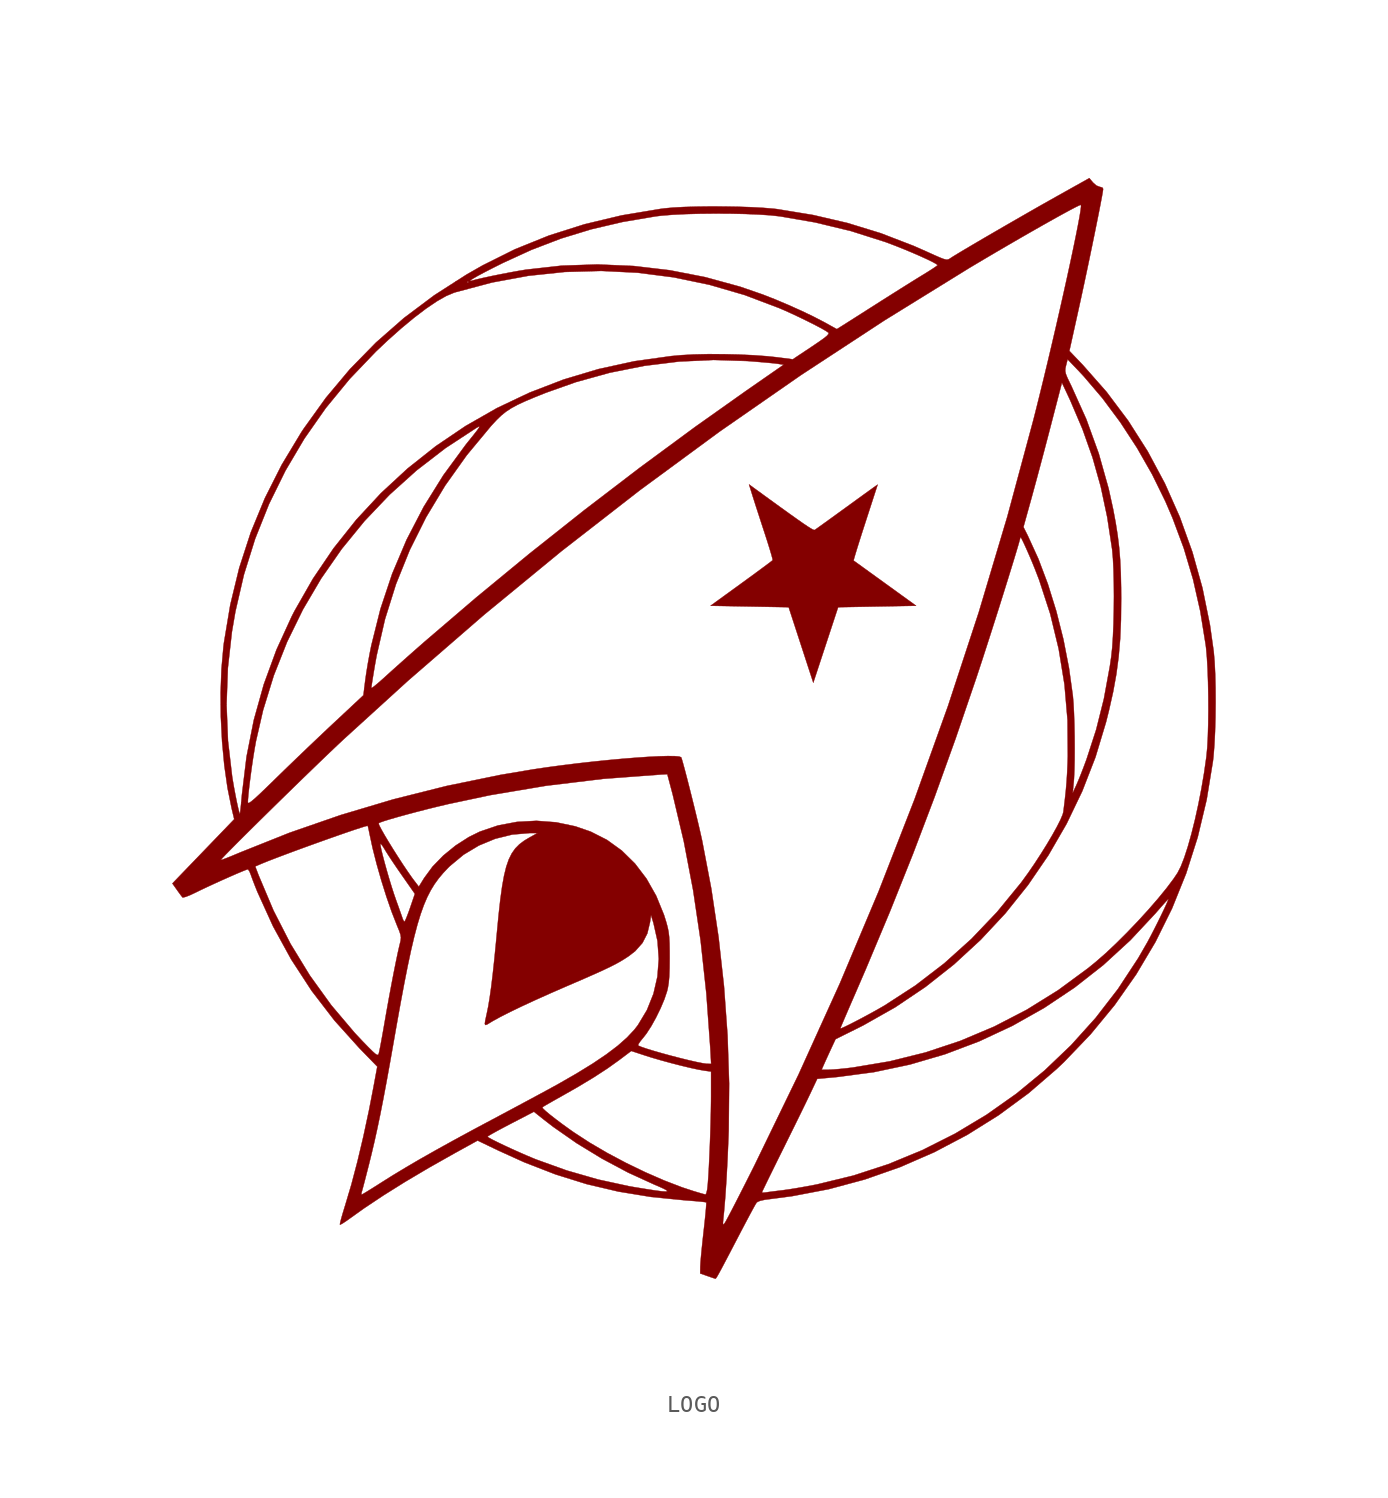
<source format=kicad_sym>
(kicad_symbol_lib
  (version 20220914)
  (generator "bitmap2component")
  (generator_version "9.0")
  (symbol "LOGO"
    (pin_names
      (offset 1.016))
    (property "Reference" "#G"
      (at 0 33.232 0)
      (effects (font (size 1.27 1.27)) hide))
    (symbol "LOGO_0_0"
      (polyline (pts (xy -0.145 -33.506) (xy -0.106 -33.453) (xy -0.043 -33.35) (xy 0.052 -33.181) (xy 0.186 -32.933) (xy 0.367 -32.591) (xy 0.604 -32.141) (xy 0.902 -31.569) (xy 1.272 -30.861) (xy 1.353 -30.704) (xy 1.603 -30.23) (xy 1.827 -29.808) (xy 2.013 -29.463) (xy 2.148 -29.22) (xy 2.219 -29.102) (xy 2.275 -29.049) (xy 2.438 -28.978) (xy 2.715 -28.918) (xy 3.133 -28.863) (xy 4.292 -28.711) (xy 6.437 -28.302) (xy 8.541 -27.736) (xy 10.596 -27.016) (xy 12.589 -26.148) (xy 14.51 -25.137) (xy 16.347 -23.988) (xy 18.09 -22.706) (xy 19.727 -21.296) (xy 20.164 -20.881) (xy 21.705 -19.272) (xy 23.108 -17.569) (xy 24.368 -15.774) (xy 25.485 -13.894) (xy 26.456 -11.932) (xy 27.279 -9.891) (xy 27.952 -7.777) (xy 28.473 -5.593) (xy 28.84 -3.344) (xy 28.872 -3.062) (xy 28.924 -2.398) (xy 28.962 -1.626) (xy 28.986 -0.787) (xy 28.995 0.081) (xy 28.99 0.938) (xy 28.97 1.744) (xy 28.935 2.461) (xy 28.884 3.048) (xy 28.666 4.598) (xy 28.228 6.75) (xy 27.641 8.848) (xy 26.91 10.882) (xy 26.04 12.842) (xy 25.035 14.72) (xy 23.899 16.504) (xy 22.637 18.185) (xy 21.253 19.755) (xy 20.469 20.574) (xy 21.026 23.093) (xy 21.157 23.691) (xy 21.313 24.414) (xy 21.473 25.167) (xy 21.633 25.928) (xy 21.789 26.679) (xy 21.937 27.4) (xy 22.073 28.073) (xy 22.194 28.676) (xy 22.294 29.192) (xy 22.371 29.6) (xy 22.419 29.882) (xy 22.437 30.017) (xy 22.399 30.094) (xy 22.246 30.141) (xy 22.228 30.142) (xy 22.038 30.22) (xy 21.844 30.394) (xy 21.632 30.648) (xy 19.727 29.582) (xy 19.279 29.33) (xy 18.684 28.994) (xy 18.048 28.63) (xy 17.388 28.251) (xy 16.723 27.868) (xy 16.073 27.491) (xy 15.456 27.132) (xy 14.892 26.801) (xy 14.399 26.51) (xy 13.997 26.269) (xy 13.703 26.09) (xy 13.538 25.984) (xy 13.471 25.939) (xy 13.387 25.902) (xy 13.284 25.899) (xy 13.135 25.936) (xy 12.912 26.022) (xy 12.59 26.163) (xy 12.141 26.366) (xy 11.384 26.7) (xy 9.472 27.437) (xy 7.53 28.033) (xy 5.527 28.499) (xy 3.429 28.843) (xy 3.209 28.868) (xy 2.627 28.916) (xy 1.933 28.954) (xy 1.16 28.98) (xy 0.346 28.994) (xy -0.476 28.997) (xy -1.27 28.987) (xy -2.001 28.966) (xy -2.634 28.932) (xy -3.133 28.886) (xy -3.373 28.855) (xy -5.634 28.478) (xy -7.802 27.96) (xy -9.876 27.302) (xy -11.857 26.502) (xy -13.744 25.561) (xy -14.688 25.022) (xy -15.274 24.645) (xy -14.486 24.645) (xy -14.463 24.686) (xy -14.307 24.789) (xy -14.03 24.948) (xy -13.642 25.156) (xy -13.152 25.408) (xy -12.573 25.698) (xy -10.893 26.468) (xy -9.168 27.128) (xy -7.409 27.666) (xy -5.579 28.094) (xy -3.641 28.422) (xy -3.294 28.463) (xy -2.646 28.515) (xy -1.888 28.552) (xy -1.053 28.575) (xy -0.177 28.584) (xy 0.705 28.579) (xy 1.558 28.56) (xy 2.348 28.527) (xy 3.04 28.481) (xy 3.598 28.42) (xy 5.641 28.067) (xy 7.735 27.562) (xy 9.732 26.927) (xy 9.869 26.877) (xy 10.348 26.695) (xy 10.844 26.496) (xy 11.333 26.292) (xy 11.789 26.093) (xy 12.187 25.911) (xy 12.502 25.756) (xy 12.71 25.641) (xy 12.784 25.575) (xy 12.784 25.572) (xy 12.702 25.505) (xy 12.505 25.371) (xy 12.22 25.189) (xy 11.876 24.977) (xy 11.602 24.809) (xy 11.181 24.547) (xy 10.674 24.23) (xy 10.113 23.876) (xy 9.526 23.505) (xy 8.945 23.135) (xy 8.846 23.072) (xy 8.332 22.745) (xy 7.871 22.451) (xy 7.48 22.203) (xy 7.178 22.012) (xy 6.982 21.889) (xy 6.911 21.846) (xy 6.89 21.856) (xy 6.754 21.93) (xy 6.52 22.059) (xy 6.223 22.224) (xy 6.138 22.27) (xy 5.539 22.58) (xy 4.836 22.916) (xy 4.076 23.257) (xy 3.309 23.581) (xy 2.582 23.866) (xy 1.269 24.319) (xy -0.763 24.876) (xy -2.837 25.279) (xy -4.936 25.526) (xy -7.042 25.616) (xy -9.137 25.545) (xy -11.205 25.314) (xy -11.64 25.242) (xy -12.154 25.149) (xy -12.698 25.044) (xy -13.232 24.936) (xy -13.717 24.831) (xy -14.113 24.739) (xy -14.382 24.667) (xy -14.486 24.645) (xy -15.274 24.645) (xy -15.352 24.596) (xy -14.647 24.596) (xy -14.605 24.638) (xy -14.563 24.596) (xy -14.605 24.553) (xy -14.647 24.596) (xy -15.352 24.596) (xy -16.573 23.812) (xy -18.33 22.494) (xy -19.963 21.062) (xy -21.479 19.513) (xy -22.88 17.843) (xy -24.172 16.046) (xy -24.314 15.832) (xy -25.455 13.94) (xy -26.437 11.995) (xy -27.263 9.99) (xy -27.936 7.919) (xy -28.456 5.776) (xy -28.827 3.556) (xy -28.856 3.321) (xy -28.97 2.029) (xy -29.02 0.65) (xy -29.014 -0.042) (xy -28.674 -0.042) (xy -28.597 2.082) (xy -28.361 4.191) (xy -28.157 5.38) (xy -27.659 7.532) (xy -27.005 9.622) (xy -26.198 11.642) (xy -25.241 13.589) (xy -24.137 15.457) (xy -22.889 17.24) (xy -21.499 18.933) (xy -19.97 20.532) (xy -19.281 21.183) (xy -18.488 21.889) (xy -17.738 22.511) (xy -17.043 23.04) (xy -16.416 23.465) (xy -15.869 23.777) (xy -15.415 23.967) (xy -15.284 24.008) (xy -13.187 24.564) (xy -11.073 24.954) (xy -8.949 25.178) (xy -6.824 25.238) (xy -4.705 25.133) (xy -2.6 24.863) (xy -0.518 24.43) (xy 1.534 23.833) (xy 3.547 23.072) (xy 3.789 22.968) (xy 4.254 22.759) (xy 4.738 22.532) (xy 5.21 22.302) (xy 5.643 22.084) (xy 6.007 21.892) (xy 6.274 21.739) (xy 6.415 21.641) (xy 6.427 21.627) (xy 6.422 21.561) (xy 6.336 21.459) (xy 6.152 21.309) (xy 5.856 21.098) (xy 5.432 20.811) (xy 4.34 20.084) (xy 3.419 20.204) (xy 2.844 20.265) (xy 2.052 20.323) (xy 1.179 20.363) (xy 0.275 20.384) (xy -0.615 20.386) (xy -1.442 20.367) (xy -2.159 20.327) (xy -2.749 20.273) (xy -4.895 19.973) (xy -6.991 19.515) (xy -9.03 18.904) (xy -11.006 18.144) (xy -12.91 17.241) (xy -14.735 16.198) (xy -16.475 15.021) (xy -18.122 13.715) (xy -19.669 12.284) (xy -21.109 10.733) (xy -22.434 9.067) (xy -23.638 7.291) (xy -24.713 5.409) (xy -24.869 5.106) (xy -25.764 3.15) (xy -26.502 1.134) (xy -27.084 -0.945) (xy -27.509 -3.087) (xy -27.777 -5.295) (xy -27.784 -5.372) (xy -27.818 -5.748) (xy -27.432 -5.748) (xy -27.426 -5.591) (xy -27.396 -5.241) (xy -27.346 -4.784) (xy -27.28 -4.258) (xy -27.204 -3.698) (xy -27.122 -3.142) (xy -27.038 -2.624) (xy -26.959 -2.183) (xy -26.543 -0.374) (xy -25.919 1.648) (xy -25.143 3.607) (xy -24.22 5.495) (xy -23.156 7.304) (xy -21.956 9.028) (xy -20.625 10.658) (xy -19.17 12.187) (xy -17.594 13.606) (xy -15.905 14.908) (xy -14.107 16.086) (xy -14.089 16.097) (xy -13.977 16.157) (xy -13.93 16.162) (xy -13.956 16.095) (xy -14.063 15.941) (xy -14.261 15.688) (xy -14.558 15.318) (xy -14.732 15.1) (xy -16.035 13.324) (xy -17.183 11.479) (xy -18.176 9.566) (xy -19.016 7.583) (xy -19.701 5.529) (xy -20.233 3.404) (xy -20.335 2.895) (xy -20.437 2.335) (xy -20.524 1.804) (xy -20.586 1.37) (xy -20.642 0.917) (xy -20.235 0.917) (xy -20.233 0.944) (xy -20.209 1.113) (xy -20.164 1.405) (xy -20.102 1.786) (xy -20.029 2.224) (xy -19.921 2.82) (xy -19.434 4.935) (xy -18.791 6.983) (xy -17.993 8.962) (xy -17.04 10.873) (xy -15.932 12.716) (xy -14.669 14.491) (xy -13.252 16.197) (xy -13.214 16.239) (xy -12.926 16.549) (xy -12.658 16.808) (xy -12.384 17.03) (xy -12.079 17.231) (xy -11.717 17.428) (xy -11.273 17.635) (xy -10.72 17.868) (xy -10.033 18.142) (xy -8.304 18.755) (xy -6.324 19.303) (xy -4.314 19.704) (xy -2.294 19.953) (xy -0.284 20.047) (xy 1.693 19.984) (xy 1.988 19.962) (xy 2.474 19.922) (xy 2.905 19.884) (xy 3.243 19.851) (xy 3.451 19.826) (xy 3.812 19.77) (xy 1.677 18.288) (xy -1.335 16.155) (xy -4.578 13.766) (xy -7.818 11.288) (xy -11.013 8.753) (xy -14.123 6.191) (xy -17.109 3.635) (xy -17.214 3.543) (xy -17.706 3.111) (xy -18.205 2.67) (xy -18.678 2.248) (xy -19.091 1.878) (xy -19.41 1.589) (xy -19.489 1.516) (xy -19.782 1.257) (xy -20.019 1.058) (xy -20.177 0.939) (xy -20.235 0.917) (xy -20.642 0.917) (xy -20.694 0.496) (xy -22.432 -1.128) (xy -22.687 -1.366) (xy -23.298 -1.944) (xy -23.959 -2.572) (xy -24.625 -3.211) (xy -25.254 -3.817) (xy -25.802 -4.351) (xy -25.914 -4.461) (xy -26.387 -4.921) (xy -26.755 -5.273) (xy -27.029 -5.525) (xy -27.223 -5.689) (xy -27.347 -5.774) (xy -27.413 -5.79) (xy -27.432 -5.748) (xy -27.818 -5.748) (xy -27.82 -5.773) (xy -27.853 -6.103) (xy -27.88 -6.329) (xy -27.896 -6.418) (xy -27.905 -6.412) (xy -27.944 -6.293) (xy -28.004 -6.05) (xy -28.078 -5.713) (xy -28.158 -5.312) (xy -28.239 -4.88) (xy -28.314 -4.445) (xy -28.347 -4.24) (xy -28.59 -2.157) (xy -28.674 -0.042) (xy -29.014 -0.042) (xy -29.007 -0.773) (xy -28.935 -2.201) (xy -28.805 -3.592) (xy -28.618 -4.904) (xy -28.378 -6.096) (xy -28.226 -6.731) (xy -30.029 -8.604) (xy -30.52 -9.114) (xy -29.014 -9.114) (xy -29.008 -9.101) (xy -28.912 -8.991) (xy -28.712 -8.781) (xy -28.419 -8.482) (xy -28.047 -8.107) (xy -27.607 -7.668) (xy -27.112 -7.177) (xy -26.574 -6.646) (xy -26.006 -6.087) (xy -25.42 -5.513) (xy -24.827 -4.934) (xy -24.242 -4.365) (xy -23.675 -3.816) (xy -23.14 -3.3) (xy -22.648 -2.828) (xy -22.212 -2.414) (xy -21.844 -2.069) (xy -18.096 1.341) (xy -13.658 5.189) (xy -9.158 8.888) (xy -4.584 12.445) (xy 0.073 15.869) (xy 4.823 19.167) (xy 9.678 22.347) (xy 14.647 25.418) (xy 14.736 25.471) (xy 15.447 25.894) (xy 16.175 26.323) (xy 16.906 26.75) (xy 17.624 27.166) (xy 18.314 27.562) (xy 18.963 27.931) (xy 19.555 28.264) (xy 20.075 28.552) (xy 20.509 28.787) (xy 20.841 28.961) (xy 21.058 29.066) (xy 21.143 29.092) (xy 21.149 28.996) (xy 21.119 28.747) (xy 21.055 28.361) (xy 20.959 27.85) (xy 20.836 27.23) (xy 20.688 26.512) (xy 20.518 25.713) (xy 20.329 24.844) (xy 20.124 23.92) (xy 19.906 22.954) (xy 19.679 21.961) (xy 19.444 20.954) (xy 19.206 19.947) (xy 18.967 18.953) (xy 18.73 17.986) (xy 18.499 17.06) (xy 18.364 16.53) (xy 16.845 10.896) (xy 16.668 10.304) (xy 17.79 10.304) (xy 18.258 11.989) (xy 18.398 12.501) (xy 18.577 13.16) (xy 18.775 13.901) (xy 18.983 14.683) (xy 19.188 15.463) (xy 19.38 16.199) (xy 20.034 18.724) (xy 20.424 17.892) (xy 20.519 17.688) (xy 21.232 16.015) (xy 21.821 14.352) (xy 22.298 12.657) (xy 22.673 10.892) (xy 22.959 9.017) (xy 22.963 8.984) (xy 23.009 8.465) (xy 23.041 7.816) (xy 23.06 7.075) (xy 23.067 6.279) (xy 23.06 5.463) (xy 23.041 4.666) (xy 23.009 3.924) (xy 22.966 3.274) (xy 22.911 2.752) (xy 22.828 2.184) (xy 22.48 0.285) (xy 22.028 -1.515) (xy 21.465 -3.249) (xy 21.309 -3.668) (xy 21.142 -4.101) (xy 20.991 -4.475) (xy 20.876 -4.741) (xy 20.661 -5.207) (xy 20.722 -4.572) (xy 20.738 -4.372) (xy 20.76 -3.878) (xy 20.774 -3.274) (xy 20.777 -2.599) (xy 20.773 -1.893) (xy 20.759 -1.195) (xy 20.737 -0.542) (xy 20.708 0.024) (xy 20.671 0.466) (xy 20.446 2.087) (xy 20.12 3.759) (xy 19.707 5.399) (xy 19.217 6.976) (xy 18.658 8.457) (xy 18.04 9.809) (xy 17.79 10.304) (xy 16.668 10.304) (xy 15.188 5.344) (xy 13.388 -0.139) (xy 11.442 -5.564) (xy 9.344 -10.944) (xy 7.091 -16.291) (xy 5.893 -18.932) (xy 7.112 -18.932) (xy 7.143 -18.852) (xy 7.233 -18.636) (xy 7.374 -18.306) (xy 7.556 -17.882) (xy 7.771 -17.385) (xy 8.01 -16.836) (xy 8.598 -15.476) (xy 10.014 -12.098) (xy 11.345 -8.768) (xy 12.611 -5.431) (xy 13.834 -2.032) (xy 15.033 1.482) (xy 15.175 1.911) (xy 15.401 2.599) (xy 15.64 3.338) (xy 15.888 4.108) (xy 16.139 4.894) (xy 16.387 5.676) (xy 16.626 6.438) (xy 16.852 7.162) (xy 17.059 7.83) (xy 17.242 8.426) (xy 17.394 8.93) (xy 17.511 9.326) (xy 17.586 9.597) (xy 17.614 9.723) (xy 17.629 9.718) (xy 17.698 9.597) (xy 17.811 9.365) (xy 17.955 9.05) (xy 18.119 8.678) (xy 18.29 8.277) (xy 18.454 7.874) (xy 18.706 7.22) (xy 19.351 5.239) (xy 19.844 3.201) (xy 20.182 1.127) (xy 20.361 -0.963) (xy 20.377 -3.048) (xy 20.364 -3.449) (xy 20.338 -4.04) (xy 20.305 -4.562) (xy 20.261 -5.075) (xy 20.199 -5.637) (xy 20.117 -6.308) (xy 20.076 -6.461) (xy 19.945 -6.77) (xy 19.739 -7.177) (xy 19.472 -7.658) (xy 19.158 -8.189) (xy 18.81 -8.747) (xy 18.444 -9.31) (xy 18.072 -9.853) (xy 17.708 -10.354) (xy 17.63 -10.457) (xy 16.247 -12.145) (xy 14.759 -13.706) (xy 13.171 -15.135) (xy 11.489 -16.426) (xy 9.72 -17.574) (xy 9.615 -17.636) (xy 9.242 -17.85) (xy 8.833 -18.076) (xy 8.416 -18.301) (xy 8.016 -18.511) (xy 7.66 -18.693) (xy 7.373 -18.833) (xy 7.181 -18.917) (xy 7.112 -18.932) (xy 5.893 -18.932) (xy 4.804 -21.336) (xy 6.021 -21.336) (xy 6.219 -20.891) (xy 6.29 -20.735) (xy 6.464 -20.354) (xy 6.627 -20.001) (xy 6.836 -19.554) (xy 8.096 -18.929) (xy 8.458 -18.746) (xy 10.317 -17.695) (xy 12.081 -16.508) (xy 13.743 -15.195) (xy 15.298 -13.762) (xy 16.738 -12.219) (xy 18.056 -10.572) (xy 19.248 -8.83) (xy 20.305 -7.002) (xy 21.221 -5.094) (xy 21.99 -3.115) (xy 22.606 -1.073) (xy 22.777 -0.39) (xy 23.021 0.698) (xy 23.207 1.726) (xy 23.341 2.738) (xy 23.43 3.781) (xy 23.477 4.899) (xy 23.489 6.138) (xy 23.485 6.756) (xy 23.466 7.629) (xy 23.429 8.403) (xy 23.37 9.118) (xy 23.285 9.819) (xy 23.17 10.547) (xy 23.021 11.345) (xy 22.758 12.544) (xy 22.18 14.596) (xy 21.454 16.597) (xy 20.59 18.517) (xy 20.499 18.702) (xy 20.35 19.015) (xy 20.263 19.234) (xy 20.228 19.398) (xy 20.234 19.545) (xy 20.271 19.715) (xy 20.364 20.084) (xy 21.016 19.403) (xy 21.308 19.09) (xy 22.395 17.815) (xy 23.437 16.414) (xy 24.411 14.921) (xy 25.295 13.373) (xy 26.066 11.801) (xy 26.48 10.838) (xy 27.14 9.066) (xy 27.677 7.263) (xy 28.1 5.394) (xy 28.419 3.419) (xy 28.438 3.265) (xy 28.488 2.7) (xy 28.527 2.016) (xy 28.554 1.251) (xy 28.569 0.441) (xy 28.573 -0.38) (xy 28.564 -1.175) (xy 28.543 -1.909) (xy 28.509 -2.545) (xy 28.462 -3.048) (xy 28.453 -3.122) (xy 28.322 -4.037) (xy 28.164 -4.963) (xy 27.985 -5.877) (xy 27.791 -6.757) (xy 27.586 -7.58) (xy 27.377 -8.324) (xy 27.168 -8.967) (xy 26.966 -9.486) (xy 26.776 -9.859) (xy 26.544 -10.205) (xy 26.136 -10.748) (xy 25.637 -11.359) (xy 25.071 -12.011) (xy 24.459 -12.681) (xy 23.825 -13.344) (xy 23.191 -13.975) (xy 22.58 -14.551) (xy 22.013 -15.046) (xy 21.546 -15.426) (xy 19.807 -16.704) (xy 17.985 -17.837) (xy 16.086 -18.82) (xy 14.117 -19.651) (xy 12.083 -20.328) (xy 9.992 -20.848) (xy 7.848 -21.207) (xy 7.487 -21.251) (xy 7.057 -21.295) (xy 6.689 -21.325) (xy 6.435 -21.336) (xy 6.021 -21.336) (xy 4.804 -21.336) (xy 4.677 -21.616) (xy 2.098 -26.932) (xy 1.929 -27.269) (xy 1.593 -27.936) (xy 1.311 -28.49) (xy 2.54 -28.49) (xy 2.552 -28.46) (xy 2.628 -28.299) (xy 2.765 -28.015) (xy 2.954 -27.626) (xy 3.188 -27.151) (xy 3.455 -26.608) (xy 3.749 -26.016) (xy 3.852 -25.808) (xy 4.169 -25.166) (xy 4.479 -24.538) (xy 4.766 -23.953) (xy 5.018 -23.437) (xy 5.221 -23.018) (xy 5.362 -22.724) (xy 5.766 -21.869) (xy 6.884 -21.767) (xy 6.926 -21.762) (xy 9.065 -21.48) (xy 11.165 -21.036) (xy 13.217 -20.435) (xy 15.212 -19.681) (xy 17.142 -18.779) (xy 18.997 -17.735) (xy 20.769 -16.551) (xy 22.449 -15.233) (xy 24.027 -13.785) (xy 25.495 -12.213) (xy 25.579 -12.116) (xy 25.841 -11.816) (xy 26.053 -11.579) (xy 26.195 -11.426) (xy 26.247 -11.38) (xy 26.222 -11.458) (xy 26.133 -11.667) (xy 25.992 -11.972) (xy 25.814 -12.343) (xy 25.614 -12.75) (xy 25.405 -13.164) (xy 25.203 -13.555) (xy 25.023 -13.892) (xy 24.478 -14.837) (xy 23.302 -16.628) (xy 21.995 -18.32) (xy 20.566 -19.906) (xy 19.024 -21.379) (xy 17.378 -22.734) (xy 15.636 -23.964) (xy 13.806 -25.062) (xy 11.898 -26.023) (xy 9.92 -26.84) (xy 7.88 -27.506) (xy 5.787 -28.016) (xy 5.681 -28.038) (xy 5.152 -28.138) (xy 4.62 -28.232) (xy 4.139 -28.31) (xy 3.768 -28.362) (xy 3.627 -28.379) (xy 3.264 -28.424) (xy 2.962 -28.463) (xy 2.773 -28.49) (xy 2.612 -28.506) (xy 2.54 -28.49) (xy 1.311 -28.49) (xy 1.28 -28.552) (xy 1 -29.099) (xy 0.761 -29.562) (xy 0.571 -29.924) (xy 0.44 -30.167) (xy 0.375 -30.276) (xy 0.323 -30.337) (xy 0.277 -30.356) (xy 0.27 -30.256) (xy 0.292 -30.014) (xy 0.335 -29.596) (xy 0.409 -28.717) (xy 0.476 -27.708) (xy 0.537 -26.555) (xy 0.592 -25.246) (xy 0.605 -24.87) (xy 0.63 -22.141) (xy 0.538 -19.333) (xy 0.332 -16.481) (xy 0.015 -13.618) (xy -0.409 -10.781) (xy -0.939 -8.003) (xy -0.948 -7.96) (xy -1.036 -7.566) (xy -1.146 -7.089) (xy -1.274 -6.553) (xy -1.413 -5.982) (xy -1.557 -5.402) (xy -1.699 -4.838) (xy -1.833 -4.314) (xy -1.953 -3.856) (xy -2.053 -3.488) (xy -2.126 -3.234) (xy -2.166 -3.121) (xy -2.167 -3.119) (xy -2.288 -3.075) (xy -2.56 -3.052) (xy -2.965 -3.049) (xy -3.488 -3.064) (xy -4.112 -3.096) (xy -4.819 -3.145) (xy -5.595 -3.207) (xy -6.42 -3.283) (xy -7.28 -3.371) (xy -8.158 -3.469) (xy -9.036 -3.577) (xy -9.899 -3.692) (xy -10.729 -3.813) (xy -12.696 -4.144) (xy -15.837 -4.79) (xy -18.954 -5.573) (xy -22.02 -6.487) (xy -23.418 -6.971) (xy -19.812 -6.971) (xy -19.812 -6.969) (xy -19.724 -6.921) (xy -19.495 -6.84) (xy -19.146 -6.732) (xy -18.699 -6.603) (xy -18.175 -6.458) (xy -17.596 -6.304) (xy -16.985 -6.146) (xy -16.361 -5.992) (xy -15.748 -5.847) (xy -13.301 -5.328) (xy -10.036 -4.779) (xy -6.707 -4.377) (xy -3.329 -4.124) (xy -2.974 -4.106) (xy -2.706 -5.118) (xy -2.66 -5.292) (xy -2.012 -8.028) (xy -1.47 -10.867) (xy -1.032 -13.818) (xy -0.699 -16.889) (xy -0.468 -20.087) (xy -0.418 -20.997) (xy -0.654 -20.991) (xy -0.675 -20.99) (xy -0.912 -20.957) (xy -1.27 -20.886) (xy -1.718 -20.784) (xy -2.223 -20.66) (xy -2.754 -20.522) (xy -3.278 -20.379) (xy -3.765 -20.239) (xy -4.182 -20.111) (xy -4.497 -20.003) (xy -4.679 -19.924) (xy -4.681 -19.922) (xy -4.657 -19.839) (xy -4.541 -19.669) (xy -4.359 -19.446) (xy -4.192 -19.232) (xy -3.916 -18.807) (xy -3.634 -18.299) (xy -3.369 -17.758) (xy -3.146 -17.23) (xy -2.99 -16.764) (xy -2.944 -16.573) (xy -2.894 -16.267) (xy -2.861 -15.895) (xy -2.844 -15.423) (xy -2.838 -14.817) (xy -2.839 -14.4) (xy -2.847 -13.945) (xy -2.867 -13.591) (xy -2.901 -13.3) (xy -2.955 -13.034) (xy -3.03 -12.752) (xy -3.171 -12.301) (xy -3.623 -11.195) (xy -4.188 -10.197) (xy -4.859 -9.316) (xy -5.629 -8.559) (xy -6.492 -7.936) (xy -7.44 -7.455) (xy -8.338 -7.145) (xy -9.459 -6.91) (xy -10.602 -6.824) (xy -11.742 -6.886) (xy -12.853 -7.096) (xy -13.908 -7.455) (xy -14.547 -7.77) (xy -15.32 -8.266) (xy -16.037 -8.85) (xy -16.659 -9.49) (xy -17.149 -10.155) (xy -17.463 -10.664) (xy -17.745 -10.295) (xy -17.866 -10.132) (xy -18.108 -9.786) (xy -18.381 -9.381) (xy -18.667 -8.941) (xy -18.952 -8.492) (xy -19.22 -8.057) (xy -19.456 -7.663) (xy -19.643 -7.333) (xy -19.767 -7.095) (xy -19.812 -6.971) (xy -23.418 -6.971) (xy -25.008 -7.522) (xy -27.892 -8.673) (xy -28.036 -8.734) (xy -28.413 -8.891) (xy -28.721 -9.014) (xy -28.931 -9.092) (xy -29.014 -9.114) (xy -30.52 -9.114) (xy -30.875 -9.482) (xy -27.002 -9.482) (xy -26.688 -9.348) (xy -26.622 -9.32) (xy -26.272 -9.178) (xy -25.822 -9.004) (xy -25.294 -8.804) (xy -24.709 -8.586) (xy -24.089 -8.359) (xy -23.455 -8.13) (xy -22.829 -7.906) (xy -22.233 -7.696) (xy -21.687 -7.506) (xy -21.214 -7.345) (xy -20.834 -7.221) (xy -20.57 -7.14) (xy -20.444 -7.112) (xy -20.423 -7.178) (xy -20.38 -7.369) (xy -20.325 -7.641) (xy -20.213 -8.159) (xy -19.702 -8.159) (xy -19.664 -8.18) (xy -19.563 -8.311) (xy -19.43 -8.526) (xy -19.389 -8.596) (xy -19.224 -8.855) (xy -18.996 -9.201) (xy -18.728 -9.597) (xy -18.444 -10.007) (xy -17.693 -11.081) (xy -17.969 -11.89) (xy -18.053 -12.128) (xy -18.165 -12.423) (xy -18.251 -12.625) (xy -18.299 -12.7) (xy -18.335 -12.677) (xy -18.399 -12.552) (xy -18.444 -12.419) (xy -18.534 -12.163) (xy -18.655 -11.822) (xy -18.795 -11.432) (xy -18.911 -11.097) (xy -19.052 -10.658) (xy -19.197 -10.184) (xy -19.337 -9.701) (xy -19.465 -9.239) (xy -19.574 -8.825) (xy -19.655 -8.489) (xy -19.7 -8.257) (xy -19.702 -8.159) (xy -20.213 -8.159) (xy -20.157 -8.421) (xy -19.923 -9.342) (xy -19.649 -10.303) (xy -19.351 -11.252) (xy -19.044 -12.137) (xy -18.743 -12.905) (xy -18.742 -12.909) (xy -18.607 -13.236) (xy -18.531 -13.461) (xy -18.506 -13.636) (xy -18.525 -13.814) (xy -18.581 -14.048) (xy -18.605 -14.146) (xy -18.695 -14.544) (xy -18.805 -15.072) (xy -18.931 -15.701) (xy -19.066 -16.404) (xy -19.205 -17.151) (xy -19.343 -17.916) (xy -19.474 -18.669) (xy -19.552 -19.117) (xy -19.635 -19.578) (xy -19.707 -19.965) (xy -19.763 -20.246) (xy -19.797 -20.391) (xy -19.804 -20.412) (xy -19.839 -20.469) (xy -19.898 -20.472) (xy -20 -20.408) (xy -20.163 -20.262) (xy -20.406 -20.021) (xy -20.746 -19.671) (xy -21.2 -19.188) (xy -22.569 -17.572) (xy -23.818 -15.839) (xy -24.942 -13.998) (xy -25.937 -12.053) (xy -26.8 -10.011) (xy -27.002 -9.482) (xy -30.875 -9.482) (xy -31.832 -10.476) (xy -31.569 -10.847) (xy -31.466 -10.991) (xy -31.324 -11.184) (xy -31.242 -11.288) (xy -31.209 -11.295) (xy -31.05 -11.255) (xy -30.797 -11.156) (xy -30.487 -11.01) (xy -30.209 -10.874) (xy -29.823 -10.691) (xy -29.391 -10.491) (xy -28.942 -10.287) (xy -28.504 -10.092) (xy -28.107 -9.918) (xy -27.777 -9.779) (xy -27.544 -9.686) (xy -27.436 -9.652) (xy -27.419 -9.659) (xy -27.34 -9.768) (xy -27.258 -9.969) (xy -27.244 -10.013) (xy -27.15 -10.27) (xy -27.02 -10.608) (xy -26.877 -10.964) (xy -25.962 -12.977) (xy -24.904 -14.908) (xy -23.712 -16.737) (xy -22.387 -18.461) (xy -20.929 -20.081) (xy -19.885 -21.154) (xy -20.11 -22.367) (xy -20.365 -23.682) (xy -20.697 -25.233) (xy -21.044 -26.695) (xy -21.399 -28.041) (xy -21.567 -28.606) (xy -20.813 -28.606) (xy -20.804 -28.508) (xy -20.773 -28.401) (xy -20.706 -28.156) (xy -20.613 -27.802) (xy -20.501 -27.366) (xy -20.376 -26.878) (xy -20.213 -26.218) (xy -20.045 -25.503) (xy -19.88 -24.752) (xy -19.711 -23.942) (xy -19.536 -23.053) (xy -19.35 -22.061) (xy -19.148 -20.946) (xy -18.925 -19.685) (xy -18.768 -18.789) (xy -18.531 -17.471) (xy -18.312 -16.302) (xy -18.108 -15.269) (xy -17.914 -14.361) (xy -17.727 -13.566) (xy -17.544 -12.873) (xy -17.36 -12.269) (xy -17.172 -11.743) (xy -16.976 -11.283) (xy -16.768 -10.877) (xy -16.546 -10.514) (xy -16.304 -10.18) (xy -16.04 -9.866) (xy -15.75 -9.559) (xy -15.648 -9.459) (xy -14.849 -8.797) (xy -13.962 -8.265) (xy -13.01 -7.871) (xy -12.017 -7.626) (xy -11.007 -7.54) (xy -10.541 -7.538) (xy -11.006 -7.795) (xy -11.32 -7.983) (xy -11.601 -8.194) (xy -11.841 -8.437) (xy -12.044 -8.726) (xy -12.218 -9.076) (xy -12.366 -9.504) (xy -12.493 -10.024) (xy -12.606 -10.651) (xy -12.71 -11.402) (xy -12.809 -12.292) (xy -12.909 -13.335) (xy -12.955 -13.831) (xy -13.056 -14.865) (xy -13.151 -15.75) (xy -13.242 -16.502) (xy -13.331 -17.135) (xy -13.419 -17.664) (xy -13.509 -18.103) (xy -13.522 -18.158) (xy -13.592 -18.482) (xy -13.615 -18.665) (xy -13.581 -18.73) (xy -13.481 -18.699) (xy -13.306 -18.593) (xy -13.151 -18.499) (xy -12.713 -18.259) (xy -12.142 -17.969) (xy -11.454 -17.637) (xy -10.665 -17.272) (xy -9.793 -16.881) (xy -8.855 -16.472) (xy -8.466 -16.305) (xy -7.756 -15.997) (xy -7.172 -15.74) (xy -6.696 -15.523) (xy -6.307 -15.338) (xy -5.986 -15.175) (xy -5.713 -15.024) (xy -5.469 -14.875) (xy -5.232 -14.72) (xy -4.846 -14.421) (xy -4.423 -13.945) (xy -4.14 -13.393) (xy -3.984 -12.742) (xy -3.925 -12.319) (xy -3.78 -12.793) (xy -3.78 -12.794) (xy -3.547 -13.832) (xy -3.472 -14.877) (xy -3.552 -15.91) (xy -3.783 -16.91) (xy -4.163 -17.859) (xy -4.689 -18.736) (xy -4.898 -19.006) (xy -5.329 -19.465) (xy -5.869 -19.942) (xy -6.53 -20.443) (xy -7.321 -20.977) (xy -8.252 -21.55) (xy -9.333 -22.171) (xy -9.58 -22.307) (xy -10.004 -22.538) (xy -10.531 -22.824) (xy -11.137 -23.15) (xy -11.795 -23.503) (xy -11.842 -23.528) (xy -10.264 -23.528) (xy -10.246 -23.515) (xy -10.107 -23.43) (xy -9.858 -23.286) (xy -9.527 -23.098) (xy -9.144 -22.883) (xy -8.186 -22.338) (xy -7.26 -21.78) (xy -6.464 -21.262) (xy -5.78 -20.773) (xy -5.077 -20.243) (xy -4.209 -20.528) (xy -3.88 -20.631) (xy -3.341 -20.788) (xy -2.76 -20.947) (xy -2.176 -21.097) (xy -1.63 -21.228) (xy -1.164 -21.329) (xy -0.819 -21.389) (xy -0.423 -21.444) (xy -0.423 -22.893) (xy -0.425 -23.196) (xy -0.434 -23.77) (xy -0.449 -24.41) (xy -0.469 -25.086) (xy -0.494 -25.769) (xy -0.522 -26.429) (xy -0.551 -27.037) (xy -0.581 -27.564) (xy -0.611 -27.981) (xy -0.639 -28.257) (xy -0.654 -28.354) (xy -0.7 -28.541) (xy -0.746 -28.613) (xy -0.757 -28.611) (xy -0.89 -28.577) (xy -1.132 -28.508) (xy -1.439 -28.416) (xy -2.112 -28.195) (xy -3.157 -27.794) (xy -4.259 -27.313) (xy -5.378 -26.772) (xy -6.472 -26.191) (xy -7.501 -25.589) (xy -8.424 -24.988) (xy -8.631 -24.843) (xy -9.07 -24.527) (xy -9.468 -24.229) (xy -9.807 -23.964) (xy -10.065 -23.749) (xy -10.225 -23.598) (xy -10.264 -23.528) (xy -11.842 -23.528) (xy -12.48 -23.869) (xy -13.166 -24.234) (xy -14.305 -24.842) (xy -15.036 -25.239) (xy -13.46 -25.239) (xy -13.399 -25.192) (xy -13.209 -25.08) (xy -12.914 -24.916) (xy -12.538 -24.714) (xy -12.105 -24.487) (xy -10.752 -23.785) (xy -10.179 -24.242) (xy -9.627 -24.668) (xy -8.259 -25.622) (xy -6.788 -26.519) (xy -5.262 -27.333) (xy -3.725 -28.036) (xy -3.477 -28.141) (xy -3.189 -28.271) (xy -3.019 -28.363) (xy -2.975 -28.42) (xy -3.062 -28.44) (xy -3.288 -28.427) (xy -3.66 -28.38) (xy -4.184 -28.299) (xy -4.868 -28.188) (xy -5.201 -28.13) (xy -7.011 -27.737) (xy -8.837 -27.211) (xy -10.626 -26.568) (xy -10.769 -26.51) (xy -11.182 -26.337) (xy -11.627 -26.142) (xy -12.077 -25.94) (xy -12.504 -25.741) (xy -12.883 -25.559) (xy -13.187 -25.407) (xy -13.388 -25.296) (xy -13.46 -25.239) (xy -15.036 -25.239) (xy -15.456 -25.467) (xy -16.485 -26.036) (xy -17.409 -26.56) (xy -18.242 -27.048) (xy -19.003 -27.508) (xy -19.707 -27.951) (xy -19.866 -28.053) (xy -20.218 -28.275) (xy -20.508 -28.454) (xy -20.709 -28.574) (xy -20.795 -28.617) (xy -20.813 -28.606) (xy -21.567 -28.606) (xy -21.757 -29.244) (xy -21.791 -29.353) (xy -21.909 -29.742) (xy -22 -30.062) (xy -22.054 -30.282) (xy -22.064 -30.372) (xy -22.039 -30.369) (xy -21.903 -30.296) (xy -21.682 -30.15) (xy -21.406 -29.953) (xy -20.645 -29.41) (xy -19.523 -28.663) (xy -18.264 -27.875) (xy -16.878 -27.054) (xy -15.379 -26.207) (xy -14.036 -25.467) (xy -12.796 -26.062) (xy -11.32 -26.731) (xy -9.495 -27.439) (xy -7.675 -28.007) (xy -5.827 -28.442) (xy -3.917 -28.755) (xy -1.914 -28.954) (xy -1.772 -28.964) (xy -1.362 -28.996) (xy -1.026 -29.027) (xy -0.795 -29.053) (xy -0.703 -29.072) (xy -0.701 -29.074) (xy -0.702 -29.183) (xy -0.72 -29.431) (xy -0.753 -29.792) (xy -0.799 -30.239) (xy -0.855 -30.746) (xy -0.914 -31.277) (xy -0.967 -31.788) (xy -1.01 -32.235) (xy -1.039 -32.584) (xy -1.051 -32.8) (xy -1.058 -33.215) (xy -0.635 -33.365) (xy -0.471 -33.422) (xy -0.267 -33.491) (xy -0.169 -33.521) (xy -0.167 -33.521) (xy -0.145 -33.506)) (stroke (width 0.01) (type default)) (fill (type outline)))
      (polyline (pts (xy 6.261 3.429) (xy 6.985 5.63) (xy 9.258 5.673) (xy 11.532 5.715) (xy 9.724 7.022) (xy 9.262 7.356) (xy 8.822 7.674) (xy 8.447 7.945) (xy 8.154 8.157) (xy 7.961 8.296) (xy 7.888 8.349) (xy 7.887 8.35) (xy 7.909 8.444) (xy 7.976 8.676) (xy 8.082 9.026) (xy 8.222 9.473) (xy 8.388 9.996) (xy 8.575 10.574) (xy 9.29 12.78) (xy 9.026 12.594) (xy 8.987 12.565) (xy 8.796 12.428) (xy 8.502 12.216) (xy 8.128 11.945) (xy 7.699 11.634) (xy 7.239 11.3) (xy 7.036 11.153) (xy 6.605 10.841) (xy 6.227 10.568) (xy 5.922 10.349) (xy 5.712 10.199) (xy 5.618 10.135) (xy 5.581 10.133) (xy 5.503 10.163) (xy 5.376 10.235) (xy 5.188 10.354) (xy 4.929 10.529) (xy 4.588 10.768) (xy 4.154 11.077) (xy 3.616 11.464) (xy 2.964 11.936) (xy 2.186 12.502) (xy 1.79 12.79) (xy 1.995 12.131) (xy 2.068 11.9) (xy 2.196 11.5) (xy 2.354 11.014) (xy 2.526 10.484) (xy 2.701 9.949) (xy 2.708 9.928) (xy 2.862 9.451) (xy 2.993 9.031) (xy 3.093 8.694) (xy 3.154 8.466) (xy 3.169 8.373) (xy 3.104 8.318) (xy 2.918 8.176) (xy 2.63 7.962) (xy 2.259 7.688) (xy 1.823 7.369) (xy 1.341 7.018) (xy -0.455 5.715) (xy 1.823 5.673) (xy 4.101 5.63) (xy 4.819 3.429) (xy 5.537 1.228) (xy 6.261 3.429)) (stroke (width 0.01) (type default)) (fill (type outline))))))
</source>
